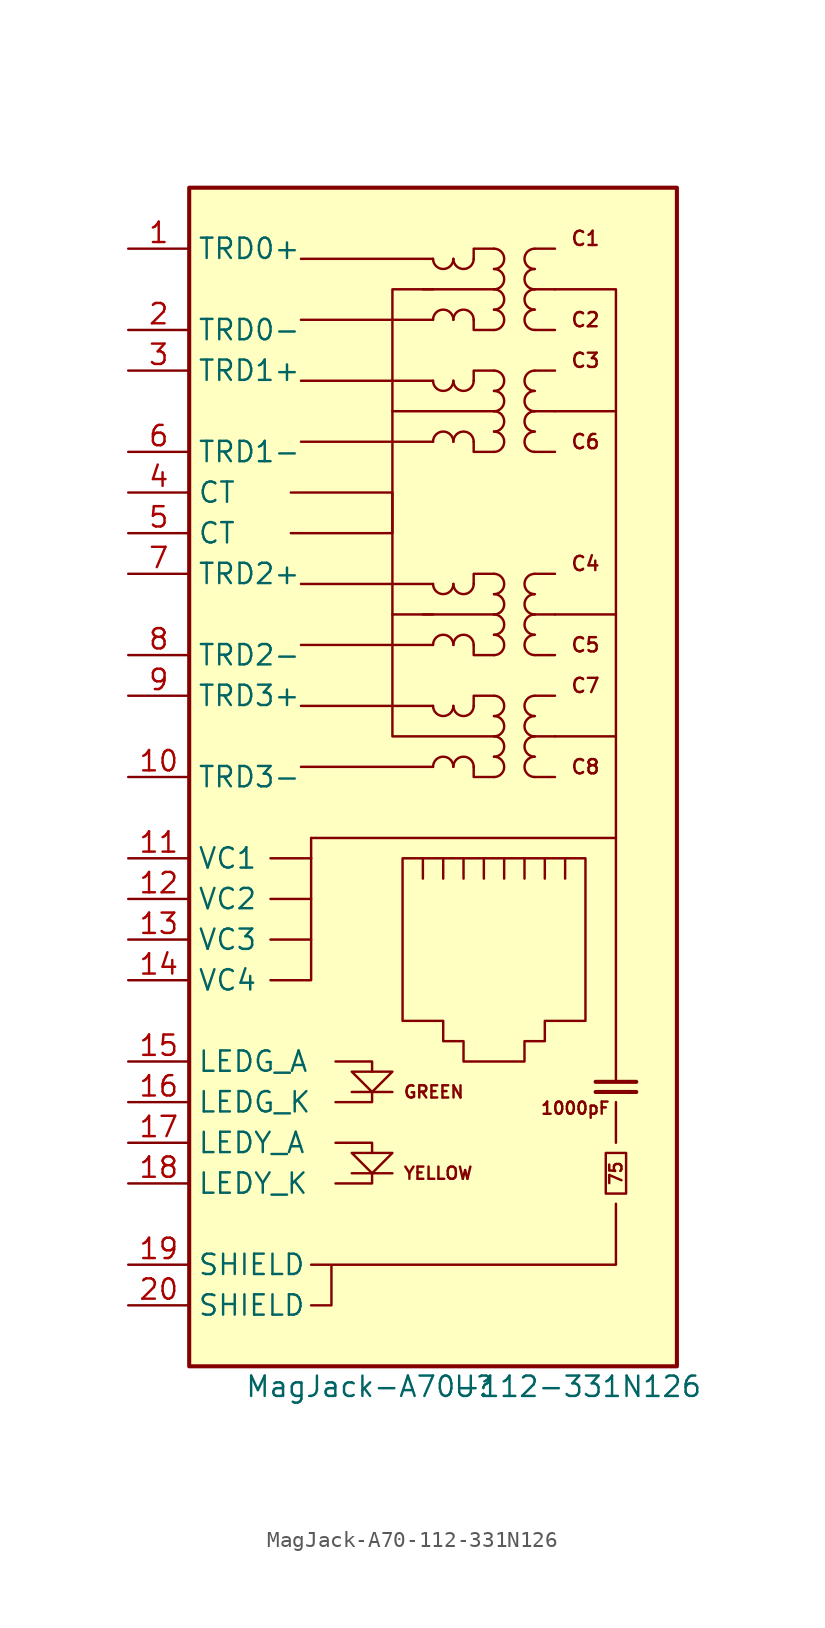
<source format=kicad_sym>
(kicad_symbol_lib
  (version 20201005)
  (generator kicad_symbol_editor)
  (symbol "ioboard:MagJack-A70-112-331N126"
    (property "Reference" "U"
      (at 0 0 0)
      (effects (font (size 1.27 1.27))))
    (property "Value" "MagJack-A70-112-331N126"
      (at 0 0 0)
      (effects (font (size 1.27 1.27))))
    (symbol "MagJack-A70-112-331N126_0_1"
      (polyline (pts (xy 1.27 40.64) (xy -5.08 40.64) (xy -5.08 48.26) (xy -2.54 48.26) (xy -5.08 48.26)) (stroke (width 0)) (fill (type none)))
      (polyline (pts (xy 1.27 60.96) (xy -5.08 60.96) (xy -5.08 68.58) (xy -2.54 68.58) (xy -5.08 68.58)) (stroke (width 0)) (fill (type none))))
    (symbol "MagJack-A70-112-331N126_1_1"
      (arc (start -1.27 38.735) (end -2.54 38.735) (radius (at -1.905 38.735) (length 0.635) (angles 0.1 179.9)) (stroke (width 0)) (fill (type none)))
      (arc (start -2.54 42.545) (end -1.27 42.545) (radius (at -1.905 42.545) (length 0.635) (angles -179.9 -0.1)) (stroke (width 0)) (fill (type none)))
      (arc (start -1.27 46.355) (end -2.54 46.355) (radius (at -1.905 46.355) (length 0.635) (angles 0.1 179.9)) (stroke (width 0)) (fill (type none)))
      (arc (start -2.54 50.165) (end -1.27 50.165) (radius (at -1.905 50.165) (length 0.635) (angles -179.9 -0.1)) (stroke (width 0)) (fill (type none)))
      (arc (start -1.27 59.055) (end -2.54 59.055) (radius (at -1.905 59.055) (length 0.635) (angles 0.1 179.9)) (stroke (width 0)) (fill (type none)))
      (arc (start -2.54 62.865) (end -1.27 62.865) (radius (at -1.905 62.865) (length 0.635) (angles -179.9 -0.1)) (stroke (width 0)) (fill (type none)))
      (arc (start -1.27 66.675) (end -2.54 66.675) (radius (at -1.905 66.675) (length 0.635) (angles 0.1 179.9)) (stroke (width 0)) (fill (type none)))
      (arc (start -2.54 70.485) (end -1.27 70.485) (radius (at -1.905 70.485) (length 0.635) (angles -179.9 -0.1)) (stroke (width 0)) (fill (type none)))
      (arc (start 0 38.735) (end -1.27 38.735) (radius (at -0.635 38.735) (length 0.635) (angles 0.1 179.9)) (stroke (width 0)) (fill (type none)))
      (arc (start -1.27 42.545) (end 0 42.545) (radius (at -0.635 42.545) (length 0.635) (angles -179.9 -0.1)) (stroke (width 0)) (fill (type none)))
      (arc (start 0 46.355) (end -1.27 46.355) (radius (at -0.635 46.355) (length 0.635) (angles 0.1 179.9)) (stroke (width 0)) (fill (type none)))
      (arc (start -1.27 50.165) (end 0 50.165) (radius (at -0.635 50.165) (length 0.635) (angles -179.9 -0.1)) (stroke (width 0)) (fill (type none)))
      (arc (start 0 59.055) (end -1.27 59.055) (radius (at -0.635 59.055) (length 0.635) (angles 0.1 179.9)) (stroke (width 0)) (fill (type none)))
      (arc (start -1.27 62.865) (end 0 62.865) (radius (at -0.635 62.865) (length 0.635) (angles -179.9 -0.1)) (stroke (width 0)) (fill (type none)))
      (arc (start 0 66.675) (end -1.27 66.675) (radius (at -0.635 66.675) (length 0.635) (angles 0.1 179.9)) (stroke (width 0)) (fill (type none)))
      (arc (start -1.27 70.485) (end 0 70.485) (radius (at -0.635 70.485) (length 0.635) (angles -179.9 -0.1)) (stroke (width 0)) (fill (type none)))
      (arc (start 1.27 38.1) (end 1.27 39.37) (radius (at 1.27 38.735) (length 0.635) (angles -89.9 89.9)) (stroke (width 0)) (fill (type none)))
      (arc (start 1.27 39.37) (end 1.27 40.64) (radius (at 1.27 40.005) (length 0.635) (angles -89.9 89.9)) (stroke (width 0)) (fill (type none)))
      (arc (start 1.27 40.64) (end 1.27 41.91) (radius (at 1.27 41.275) (length 0.635) (angles -89.9 89.9)) (stroke (width 0)) (fill (type none)))
      (arc (start 1.27 41.91) (end 1.27 43.18) (radius (at 1.27 42.545) (length 0.635) (angles -89.9 89.9)) (stroke (width 0)) (fill (type none)))
      (arc (start 1.27 45.72) (end 1.27 46.99) (radius (at 1.27 46.355) (length 0.635) (angles -89.9 89.9)) (stroke (width 0)) (fill (type none)))
      (arc (start 1.27 46.99) (end 1.27 48.26) (radius (at 1.27 47.625) (length 0.635) (angles -89.9 89.9)) (stroke (width 0)) (fill (type none)))
      (arc (start 1.27 48.26) (end 1.27 49.53) (radius (at 1.27 48.895) (length 0.635) (angles -89.9 89.9)) (stroke (width 0)) (fill (type none)))
      (arc (start 1.27 49.53) (end 1.27 50.8) (radius (at 1.27 50.165) (length 0.635) (angles -89.9 89.9)) (stroke (width 0)) (fill (type none)))
      (arc (start 1.27 58.42) (end 1.27 59.69) (radius (at 1.27 59.055) (length 0.635) (angles -89.9 89.9)) (stroke (width 0)) (fill (type none)))
      (arc (start 1.27 59.69) (end 1.27 60.96) (radius (at 1.27 60.325) (length 0.635) (angles -89.9 89.9)) (stroke (width 0)) (fill (type none)))
      (arc (start 1.27 60.96) (end 1.27 62.23) (radius (at 1.27 61.595) (length 0.635) (angles -89.9 89.9)) (stroke (width 0)) (fill (type none)))
      (arc (start 1.27 62.23) (end 1.27 63.5) (radius (at 1.27 62.865) (length 0.635) (angles -89.9 89.9)) (stroke (width 0)) (fill (type none)))
      (arc (start 1.27 66.04) (end 1.27 67.31) (radius (at 1.27 66.675) (length 0.635) (angles -89.9 89.9)) (stroke (width 0)) (fill (type none)))
      (arc (start 1.27 67.31) (end 1.27 68.58) (radius (at 1.27 67.945) (length 0.635) (angles -89.9 89.9)) (stroke (width 0)) (fill (type none)))
      (arc (start 1.27 68.58) (end 1.27 69.85) (radius (at 1.27 69.215) (length 0.635) (angles -89.9 89.9)) (stroke (width 0)) (fill (type none)))
      (arc (start 1.27 69.85) (end 1.27 71.12) (radius (at 1.27 70.485) (length 0.635) (angles -89.9 89.9)) (stroke (width 0)) (fill (type none)))
      (arc (start 3.81 39.37) (end 3.81 38.1) (radius (at 3.81 38.735) (length 0.635) (angles 90.1 -90.1)) (stroke (width 0)) (fill (type none)))
      (arc (start 3.81 40.64) (end 3.81 39.37) (radius (at 3.81 40.005) (length 0.635) (angles 90.1 -90.1)) (stroke (width 0)) (fill (type none)))
      (arc (start 3.81 41.91) (end 3.81 40.64) (radius (at 3.81 41.275) (length 0.635) (angles 90.1 -90.1)) (stroke (width 0)) (fill (type none)))
      (arc (start 3.81 43.18) (end 3.81 41.91) (radius (at 3.81 42.545) (length 0.635) (angles 90.1 -90.1)) (stroke (width 0)) (fill (type none)))
      (arc (start 3.81 46.99) (end 3.81 45.72) (radius (at 3.81 46.355) (length 0.635) (angles 90.1 -90.1)) (stroke (width 0)) (fill (type none)))
      (arc (start 3.81 48.26) (end 3.81 46.99) (radius (at 3.81 47.625) (length 0.635) (angles 90.1 -90.1)) (stroke (width 0)) (fill (type none)))
      (arc (start 3.81 49.53) (end 3.81 48.26) (radius (at 3.81 48.895) (length 0.635) (angles 90.1 -90.1)) (stroke (width 0)) (fill (type none)))
      (arc (start 3.81 50.8) (end 3.81 49.53) (radius (at 3.81 50.165) (length 0.635) (angles 90.1 -90.1)) (stroke (width 0)) (fill (type none)))
      (arc (start 3.81 59.69) (end 3.81 58.42) (radius (at 3.81 59.055) (length 0.635) (angles 90.1 -90.1)) (stroke (width 0)) (fill (type none)))
      (arc (start 3.81 60.96) (end 3.81 59.69) (radius (at 3.81 60.325) (length 0.635) (angles 90.1 -90.1)) (stroke (width 0)) (fill (type none)))
      (arc (start 3.81 62.23) (end 3.81 60.96) (radius (at 3.81 61.595) (length 0.635) (angles 90.1 -90.1)) (stroke (width 0)) (fill (type none)))
      (arc (start 3.81 63.5) (end 3.81 62.23) (radius (at 3.81 62.865) (length 0.635) (angles 90.1 -90.1)) (stroke (width 0)) (fill (type none)))
      (arc (start 3.81 67.31) (end 3.81 66.04) (radius (at 3.81 66.675) (length 0.635) (angles 90.1 -90.1)) (stroke (width 0)) (fill (type none)))
      (arc (start 3.81 68.58) (end 3.81 67.31) (radius (at 3.81 67.945) (length 0.635) (angles 90.1 -90.1)) (stroke (width 0)) (fill (type none)))
      (arc (start 3.81 69.85) (end 3.81 68.58) (radius (at 3.81 69.215) (length 0.635) (angles 90.1 -90.1)) (stroke (width 0)) (fill (type none)))
      (arc (start 3.81 71.12) (end 3.81 69.85) (radius (at 3.81 70.485) (length 0.635) (angles 90.1 -90.1)) (stroke (width 0)) (fill (type none)))
      (text "1000pF" (at 6.35 17.399 0) (effects (font (size 0.762 0.762))))
      (text "75" (at 8.89 13.335 900) (effects (font (size 0.762 0.762))))
      (text "C1" (at 6.985 71.755 0) (effects (font (size 0.889 0.889))))
      (text "C2" (at 6.985 66.675 0) (effects (font (size 0.889 0.889))))
      (text "C3" (at 6.985 64.135 0) (effects (font (size 0.889 0.889))))
      (text "C4" (at 6.985 51.435 0) (effects (font (size 0.889 0.889))))
      (text "C5" (at 6.985 46.355 0) (effects (font (size 0.889 0.889))))
      (text "C6" (at 6.985 59.055 0) (effects (font (size 0.889 0.889))))
      (text "C7" (at 6.985 43.815 0) (effects (font (size 0.889 0.889))))
      (text "C8" (at 6.985 38.735 0) (effects (font (size 0.889 0.889))))
      (text "GREEN" (at -4.445 18.415 0) (effects (font (size 0.762 0.762)) (justify left)))
      (text "YELLOW" (at -4.445 13.335 0) (effects (font (size 0.762 0.762)) (justify left)))
      (rectangle (start 9.525 12.065) (end 8.255 14.605) (stroke (width 0)) (fill (type none)))
      (rectangle (start -17.78 1.27) (end 12.7 74.93) (stroke (width 0.254)) (fill (type background)))
      (polyline (pts (xy -12.7 27.94) (xy -10.16 27.94)) (stroke (width 0)) (fill (type none)))
      (polyline (pts (xy -12.7 30.48) (xy -10.16 30.48)) (stroke (width 0)) (fill (type none)))
      (polyline (pts (xy -12.7 33.02) (xy -10.16 33.02)) (stroke (width 0)) (fill (type none)))
      (polyline (pts (xy -10.16 33.02) (xy -10.16 34.29)) (stroke (width 0)) (fill (type none)))
      (polyline (pts (xy -5.08 13.335) (xy -7.62 13.335)) (stroke (width 0)) (fill (type none)))
      (polyline (pts (xy -5.08 18.415) (xy -7.62 18.415)) (stroke (width 0)) (fill (type none)))
      (polyline (pts (xy -5.08 48.26) (xy -5.08 60.96)) (stroke (width 0)) (fill (type none)))
      (polyline (pts (xy -3.175 31.75) (xy -3.175 33.02)) (stroke (width 0)) (fill (type none)))
      (polyline (pts (xy -3.175 48.26) (xy 1.27 48.26)) (stroke (width 0)) (fill (type none)))
      (polyline (pts (xy -3.175 68.58) (xy 1.27 68.58)) (stroke (width 0)) (fill (type none)))
      (polyline (pts (xy -2.54 38.735) (xy -10.795 38.735)) (stroke (width 0)) (fill (type none)))
      (polyline (pts (xy -2.54 42.545) (xy -10.795 42.545)) (stroke (width 0)) (fill (type none)))
      (polyline (pts (xy -2.54 46.355) (xy -10.795 46.355)) (stroke (width 0)) (fill (type none)))
      (polyline (pts (xy -2.54 50.165) (xy -10.795 50.165)) (stroke (width 0)) (fill (type none)))
      (polyline (pts (xy -2.54 59.055) (xy -10.795 59.055)) (stroke (width 0)) (fill (type none)))
      (polyline (pts (xy -2.54 62.865) (xy -10.795 62.865)) (stroke (width 0)) (fill (type none)))
      (polyline (pts (xy -2.54 66.675) (xy -10.795 66.675)) (stroke (width 0)) (fill (type none)))
      (polyline (pts (xy -2.54 70.485) (xy -10.795 70.485)) (stroke (width 0)) (fill (type none)))
      (polyline (pts (xy -1.905 33.02) (xy -1.905 31.75)) (stroke (width 0)) (fill (type none)))
      (polyline (pts (xy -0.635 33.02) (xy -0.635 31.75)) (stroke (width 0)) (fill (type none)))
      (polyline (pts (xy 0.635 33.02) (xy 0.635 31.75)) (stroke (width 0)) (fill (type none)))
      (polyline (pts (xy 1.905 33.02) (xy 1.905 31.75)) (stroke (width 0)) (fill (type none)))
      (polyline (pts (xy 3.175 33.02) (xy 3.175 31.75)) (stroke (width 0)) (fill (type none)))
      (polyline (pts (xy 3.81 38.1) (xy 5.08 38.1)) (stroke (width 0)) (fill (type none)))
      (polyline (pts (xy 3.81 40.64) (xy 5.08 40.64)) (stroke (width 0)) (fill (type none)))
      (polyline (pts (xy 3.81 43.18) (xy 5.08 43.18)) (stroke (width 0)) (fill (type none)))
      (polyline (pts (xy 3.81 45.72) (xy 5.08 45.72)) (stroke (width 0)) (fill (type none)))
      (polyline (pts (xy 3.81 48.26) (xy 5.08 48.26)) (stroke (width 0)) (fill (type none)))
      (polyline (pts (xy 3.81 50.8) (xy 5.08 50.8)) (stroke (width 0)) (fill (type none)))
      (polyline (pts (xy 3.81 58.42) (xy 5.08 58.42)) (stroke (width 0)) (fill (type none)))
      (polyline (pts (xy 3.81 60.96) (xy 5.08 60.96)) (stroke (width 0)) (fill (type none)))
      (polyline (pts (xy 3.81 63.5) (xy 5.08 63.5)) (stroke (width 0)) (fill (type none)))
      (polyline (pts (xy 3.81 66.04) (xy 5.08 66.04)) (stroke (width 0)) (fill (type none)))
      (polyline (pts (xy 3.81 68.58) (xy 5.08 68.58)) (stroke (width 0)) (fill (type none)))
      (polyline (pts (xy 3.81 71.12) (xy 5.08 71.12)) (stroke (width 0)) (fill (type none)))
      (polyline (pts (xy 4.445 31.75) (xy 4.445 33.02)) (stroke (width 0)) (fill (type none)))
      (polyline (pts (xy 5.08 40.64) (xy 8.89 40.64)) (stroke (width 0)) (fill (type none)))
      (polyline (pts (xy 5.08 48.26) (xy 8.89 48.26)) (stroke (width 0)) (fill (type none)))
      (polyline (pts (xy 5.08 60.96) (xy 8.89 60.96)) (stroke (width 0)) (fill (type none)))
      (polyline (pts (xy 5.715 31.75) (xy 5.715 33.02)) (stroke (width 0)) (fill (type none)))
      (polyline (pts (xy 7.62 18.415) (xy 10.16 18.415)) (stroke (width 0.254)) (fill (type none)))
      (polyline (pts (xy 7.62 19.05) (xy 10.16 19.05)) (stroke (width 0.254)) (fill (type none)))
      (polyline (pts (xy 8.89 15.24) (xy 8.89 17.78)) (stroke (width 0)) (fill (type none)))
      (polyline (pts (xy 8.89 19.05) (xy 8.89 34.29)) (stroke (width 0)) (fill (type none)))
      (polyline (pts (xy -10.16 33.02) (xy -10.16 25.4) (xy -12.7 25.4)) (stroke (width 0)) (fill (type none)))
      (polyline (pts (xy -8.636 12.7) (xy -6.35 12.7) (xy -6.35 13.335)) (stroke (width 0)) (fill (type none)))
      (polyline (pts (xy -8.636 15.24) (xy -6.35 15.24) (xy -6.35 14.605)) (stroke (width 0)) (fill (type none)))
      (polyline (pts (xy -8.636 20.32) (xy -6.35 20.32) (xy -6.35 19.685)) (stroke (width 0)) (fill (type none)))
      (polyline (pts (xy -6.35 18.415) (xy -6.35 17.78) (xy -8.636 17.78)) (stroke (width 0)) (fill (type none)))
      (polyline (pts (xy 0 38.735) (xy 0 38.1) (xy 1.27 38.1)) (stroke (width 0)) (fill (type none)))
      (polyline (pts (xy 0 46.355) (xy 0 45.72) (xy 1.27 45.72)) (stroke (width 0)) (fill (type none)))
      (polyline (pts (xy 0 59.055) (xy 0 58.42) (xy 1.27 58.42)) (stroke (width 0)) (fill (type none)))
      (polyline (pts (xy 0 66.675) (xy 0 66.04) (xy 1.27 66.04)) (stroke (width 0)) (fill (type none)))
      (polyline (pts (xy 1.27 43.18) (xy 0 43.18) (xy 0 42.545)) (stroke (width 0)) (fill (type none)))
      (polyline (pts (xy 1.27 50.8) (xy 0 50.8) (xy 0 50.165)) (stroke (width 0)) (fill (type none)))
      (polyline (pts (xy 1.27 63.5) (xy 0 63.5) (xy 0 62.865)) (stroke (width 0)) (fill (type none)))
      (polyline (pts (xy 1.27 71.12) (xy 0 71.12) (xy 0 70.485)) (stroke (width 0)) (fill (type none)))
      (polyline (pts (xy -11.43 53.34) (xy -5.08 53.34) (xy -5.08 55.88) (xy -11.43 55.88)) (stroke (width 0)) (fill (type none)))
      (polyline (pts (xy -10.16 34.29) (xy 8.89 34.29) (xy 8.89 68.58) (xy 5.08 68.58)) (stroke (width 0)) (fill (type none)))
      (polyline (pts (xy -7.62 19.685) (xy -5.08 19.685) (xy -6.35 18.415) (xy -7.62 19.685)) (stroke (width 0)) (fill (type none)))
      (polyline (pts (xy -5.08 14.605) (xy -7.62 14.605) (xy -6.35 13.335) (xy -5.08 14.605)) (stroke (width 0)) (fill (type none)))
      (polyline (pts (xy -10.16 5.08) (xy -8.89 5.08) (xy -8.89 7.62) (xy -10.16 7.62) (xy -8.89 7.62) (xy 8.89 7.62) (xy 8.89 11.43)) (stroke (width 0)) (fill (type none)))
      (polyline (pts (xy -4.445 33.02) (xy 6.985 33.02) (xy 6.985 22.86) (xy 4.445 22.86) (xy 4.445 21.59) (xy 3.175 21.59) (xy 3.175 20.32) (xy -0.635 20.32) (xy -0.635 21.59) (xy -1.905 21.59) (xy -1.905 22.86) (xy -4.445 22.86) (xy -4.445 33.02)) (stroke (width 0)) (fill (type none)))
      (pin passive line (at -21.59 71.12 0) (length 3.81) (name "TRD0+" (effects (font (size 1.27 1.27)))) (number "1" (effects (font (size 1.27 1.27)))))
      (pin passive line (at -21.59 38.1 0) (length 3.81) (name "TRD3-" (effects (font (size 1.27 1.27)))) (number "10" (effects (font (size 1.27 1.27)))))
      (pin passive line (at -21.59 33.02 0) (length 3.81) (name "VC1" (effects (font (size 1.27 1.27)))) (number "11" (effects (font (size 1.27 1.27)))))
      (pin passive line (at -21.59 30.48 0) (length 3.81) (name "VC2" (effects (font (size 1.27 1.27)))) (number "12" (effects (font (size 1.27 1.27)))))
      (pin passive line (at -21.59 27.94 0) (length 3.81) (name "VC3" (effects (font (size 1.27 1.27)))) (number "13" (effects (font (size 1.27 1.27)))))
      (pin passive line (at -21.59 25.4 0) (length 3.81) (name "VC4" (effects (font (size 1.27 1.27)))) (number "14" (effects (font (size 1.27 1.27)))))
      (pin passive line (at -21.59 20.32 0) (length 3.81) (name "LEDG_A" (effects (font (size 1.27 1.27)))) (number "15" (effects (font (size 1.27 1.27)))))
      (pin passive line (at -21.59 17.78 0) (length 3.81) (name "LEDG_K" (effects (font (size 1.27 1.27)))) (number "16" (effects (font (size 1.27 1.27)))))
      (pin passive line (at -21.59 15.24 0) (length 3.81) (name "LEDY_A" (effects (font (size 1.27 1.27)))) (number "17" (effects (font (size 1.27 1.27)))))
      (pin passive line (at -21.59 12.7 0) (length 3.81) (name "LEDY_K" (effects (font (size 1.27 1.27)))) (number "18" (effects (font (size 1.27 1.27)))))
      (pin passive line (at -21.59 7.62 0) (length 3.81) (name "SHIELD" (effects (font (size 1.27 1.27)))) (number "19" (effects (font (size 1.27 1.27)))))
      (pin passive line (at -21.59 66.04 0) (length 3.81) (name "TRD0-" (effects (font (size 1.27 1.27)))) (number "2" (effects (font (size 1.27 1.27)))))
      (pin passive line (at -21.59 5.08 0) (length 3.81) (name "SHIELD" (effects (font (size 1.27 1.27)))) (number "20" (effects (font (size 1.27 1.27)))))
      (pin passive line (at -21.59 63.5 0) (length 3.81) (name "TRD1+" (effects (font (size 1.27 1.27)))) (number "3" (effects (font (size 1.27 1.27)))))
      (pin passive line (at -21.59 55.88 0) (length 3.81) (name "CT" (effects (font (size 1.27 1.27)))) (number "4" (effects (font (size 1.27 1.27)))))
      (pin passive line (at -21.59 53.34 0) (length 3.81) (name "CT" (effects (font (size 1.27 1.27)))) (number "5" (effects (font (size 1.27 1.27)))))
      (pin passive line (at -21.59 58.42 0) (length 3.81) (name "TRD1-" (effects (font (size 1.27 1.27)))) (number "6" (effects (font (size 1.27 1.27)))))
      (pin passive line (at -21.59 50.8 0) (length 3.81) (name "TRD2+" (effects (font (size 1.27 1.27)))) (number "7" (effects (font (size 1.27 1.27)))))
      (pin passive line (at -21.59 45.72 0) (length 3.81) (name "TRD2-" (effects (font (size 1.27 1.27)))) (number "8" (effects (font (size 1.27 1.27)))))
      (pin passive line (at -21.59 43.18 0) (length 3.81) (name "TRD3+" (effects (font (size 1.27 1.27)))) (number "9" (effects (font (size 1.27 1.27))))))))
</source>
